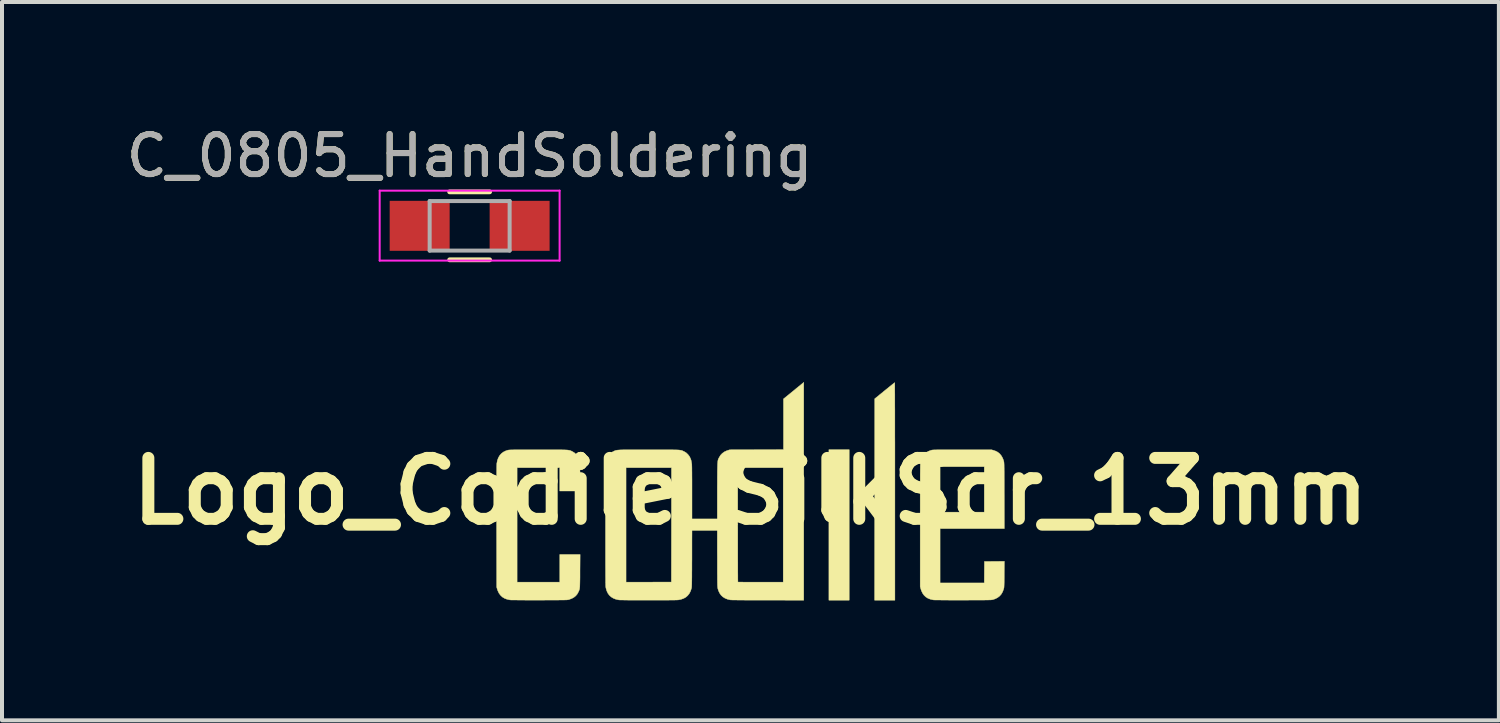
<source format=kicad_pcb>
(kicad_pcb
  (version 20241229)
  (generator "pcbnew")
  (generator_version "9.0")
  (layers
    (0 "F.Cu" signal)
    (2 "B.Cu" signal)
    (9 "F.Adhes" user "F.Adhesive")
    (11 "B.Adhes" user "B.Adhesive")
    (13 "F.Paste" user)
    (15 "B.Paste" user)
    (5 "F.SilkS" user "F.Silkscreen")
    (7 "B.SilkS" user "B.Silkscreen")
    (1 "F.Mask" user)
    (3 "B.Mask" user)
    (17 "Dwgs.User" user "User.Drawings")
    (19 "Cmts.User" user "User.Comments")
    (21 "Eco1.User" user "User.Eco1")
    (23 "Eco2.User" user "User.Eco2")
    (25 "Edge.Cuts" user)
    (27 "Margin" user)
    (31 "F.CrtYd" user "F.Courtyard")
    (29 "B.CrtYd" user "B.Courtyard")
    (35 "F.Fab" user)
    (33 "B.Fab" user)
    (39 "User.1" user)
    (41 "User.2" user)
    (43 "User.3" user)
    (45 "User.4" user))
  (footprint "C_0805_HandSoldering"
    (layer "F.Cu")
    (at 8.696 2.598)
    (property "Reference" "C_0805_HandSoldering" (at 0 -1.75 0) (layer "F.SilkS") (effects (font (size 1 1) (thickness 0.15))))
    (attr smd)
    (fp_line (start -0.5 0.85) (end 0.5 0.85) (stroke (width 0.12) (type solid)) (layer "F.SilkS"))
    (fp_line (start 0.5 -0.85) (end -0.5 -0.85) (stroke (width 0.12) (type solid)) (layer "F.SilkS"))
    (fp_line (start -2.25 -0.88) (end -2.25 0.87) (stroke (width 0.05) (type solid)) (layer "F.CrtYd"))
    (fp_line (start -2.25 -0.88) (end 2.25 -0.88) (stroke (width 0.05) (type solid)) (layer "F.CrtYd"))
    (fp_line (start 2.25 0.87) (end -2.25 0.87) (stroke (width 0.05) (type solid)) (layer "F.CrtYd"))
    (fp_line (start 2.25 0.87) (end 2.25 -0.88) (stroke (width 0.05) (type solid)) (layer "F.CrtYd"))
    (fp_line (start -1 -0.62) (end 1 -0.62) (stroke (width 0.1) (type solid)) (layer "F.Fab"))
    (fp_line (start -1 0.62) (end -1 -0.62) (stroke (width 0.1) (type solid)) (layer "F.Fab"))
    (fp_line (start 1 -0.62) (end 1 0.62) (stroke (width 0.1) (type solid)) (layer "F.Fab"))
    (fp_line (start 1 0.62) (end -1 0.62) (stroke (width 0.1) (type solid)) (layer "F.Fab"))
    (fp_text user "${REFERENCE}" (at 0 -1.75 0) (layer "F.Fab") (effects (font (size 1 1) (thickness 0.15))))
    (pad "1" smd rect (at -1.25 0) (size 1.5 1.25) (layers "F.Cu" "F.Mask" "F.Paste"))
    (pad "2" smd rect (at 1.25 0) (size 1.5 1.25) (layers "F.Cu" "F.Mask" "F.Paste")))
  (footprint "Logo_Codile_SilkScr_13mm"
    (layer "F.Cu")
    (at 15.719 9.237)
    (property "Reference" "Logo_Codile_SilkScr_13mm" (at 0 0 0) (layer "F.SilkS") (effects (font (size 1.524 1.524) (thickness 0.3))))
    (attr through_hole)
    (fp_poly (pts (xy 2.47 2.724) (xy 1.962 2.724) (xy 1.962 -1.041) (xy 2.47 -1.041) (xy 2.47 2.724)) (stroke (width 0.01) (type solid)) (fill yes) (layer "F.SilkS"))
    (fp_poly (pts (xy 3.609 -2.711) (xy 3.609 -2.693) (xy 3.609 -2.662) (xy 3.61 -2.621) (xy 3.61 -2.568) (xy 3.61 -2.504) (xy 3.611 -2.43) (xy 3.611 -2.346) (xy 3.611 -2.253) (xy 3.611 -2.151) (xy 3.612 -2.041) (xy 3.612 -1.922) (xy 3.612 -1.795) (xy 3.612 -1.661) (xy 3.612 -1.52) (xy 3.612 -1.373) (xy 3.613 -1.219) (xy 3.613 -1.06) (xy 3.613 -0.895) (xy 3.613 -0.725) (xy 3.613 -0.551) (xy 3.613 -0.373) (xy 3.613 -0.191) (xy 3.613 -0.006) (xy 3.613 0.003) (xy 3.613 2.724) (xy 3.105 2.724) (xy 3.107 0.205) (xy 3.108 -2.314) (xy 3.356 -2.516) (xy 3.404 -2.555) (xy 3.45 -2.592) (xy 3.492 -2.626) (xy 3.528 -2.655) (xy 3.559 -2.68) (xy 3.584 -2.699) (xy 3.6 -2.712) (xy 3.608 -2.718) (xy 3.608 -2.718) (xy 3.609 -2.711)) (stroke (width 0.01) (type solid)) (fill yes) (layer "F.SilkS"))
    (fp_poly (pts (xy 1.333 2.724) (xy 0.437 2.723) (xy 0.33 2.723) (xy 0.227 2.723) (xy 0.127 2.723) (xy 0.032 2.722) (xy -0.057 2.722) (xy -0.141 2.722) (xy -0.218 2.721) (xy -0.287 2.721) (xy -0.347 2.72) (xy -0.399 2.719) (xy -0.441 2.719) (xy -0.472 2.718) (xy -0.492 2.718) (xy -0.498 2.717) (xy -0.571 2.701) (xy -0.634 2.676) (xy -0.689 2.642) (xy -0.735 2.599) (xy -0.772 2.546) (xy -0.801 2.484) (xy -0.817 2.429) (xy -0.818 2.423) (xy -0.819 2.417) (xy -0.82 2.409) (xy -0.821 2.4) (xy -0.822 2.388) (xy -0.823 2.374) (xy -0.824 2.357) (xy -0.825 2.336) (xy -0.825 2.311) (xy -0.826 2.282) (xy -0.826 2.247) (xy -0.827 2.207) (xy -0.827 2.161) (xy -0.827 2.109) (xy -0.828 2.049) (xy -0.828 1.982) (xy -0.828 1.907) (xy -0.828 1.824) (xy -0.828 1.732) (xy -0.828 1.63) (xy -0.829 1.518) (xy -0.829 1.396) (xy -0.829 1.263) (xy -0.829 1.119) (xy -0.829 0.963) (xy -0.829 0.838) (xy -0.829 0.67) (xy -0.829 0.514) (xy -0.829 0.37) (xy -0.829 0.238) (xy -0.829 0.116) (xy -0.829 0.004) (xy -0.829 -0.098) (xy -0.828 -0.191) (xy -0.828 -0.274) (xy -0.828 -0.35) (xy -0.827 -0.417) (xy -0.827 -0.478) (xy -0.826 -0.531) (xy -0.825 -0.578) (xy -0.825 -0.591) (xy -0.318 -0.591) (xy -0.318 0.837) (xy -0.317 0.971) (xy -0.317 1.101) (xy -0.317 1.228) (xy -0.317 1.35) (xy -0.317 1.467) (xy -0.317 1.578) (xy -0.317 1.683) (xy -0.316 1.781) (xy -0.316 1.872) (xy -0.316 1.956) (xy -0.316 2.03) (xy -0.315 2.096) (xy -0.315 2.152) (xy -0.315 2.197) (xy -0.314 2.232) (xy -0.314 2.256) (xy -0.313 2.268) (xy -0.313 2.269) (xy -0.306 2.27) (xy -0.288 2.27) (xy -0.258 2.271) (xy -0.219 2.271) (xy -0.17 2.272) (xy -0.114 2.272) (xy -0.05 2.273) (xy 0.02 2.273) (xy 0.096 2.273) (xy 0.176 2.273) (xy 0.255 2.273) (xy 0.819 2.273) (xy 0.819 -0.591) (xy -0.318 -0.591) (xy -0.825 -0.591) (xy -0.824 -0.619) (xy -0.823 -0.654) (xy -0.822 -0.685) (xy -0.82 -0.711) (xy -0.818 -0.733) (xy -0.816 -0.752) (xy -0.814 -0.767) (xy -0.811 -0.78) (xy -0.808 -0.791) (xy -0.805 -0.801) (xy -0.802 -0.809) (xy -0.798 -0.817) (xy -0.794 -0.824) (xy -0.79 -0.832) (xy -0.785 -0.841) (xy -0.781 -0.848) (xy -0.748 -0.903) (xy -0.705 -0.948) (xy -0.653 -0.986) (xy -0.591 -1.015) (xy -0.565 -1.023) (xy -0.518 -1.038) (xy 0.154 -1.04) (xy 0.826 -1.042) (xy 0.826 -2.31) (xy 0.906 -2.375) (xy 0.932 -2.396) (xy 0.965 -2.423) (xy 1.003 -2.454) (xy 1.047 -2.49) (xy 1.092 -2.526) (xy 1.137 -2.564) (xy 1.16 -2.583) (xy 1.333 -2.724) (xy 1.333 2.724)) (stroke (width 0.01) (type solid)) (fill yes) (layer "F.SilkS"))
    (fp_poly (pts (xy -4.999 -1.038) (xy -4.918 -1.038) (xy -4.848 -1.038) (xy -4.786 -1.038) (xy -4.733 -1.037) (xy -4.687 -1.036) (xy -4.648 -1.035) (xy -4.615 -1.034) (xy -4.588 -1.032) (xy -4.564 -1.03) (xy -4.545 -1.027) (xy -4.529 -1.024) (xy -4.515 -1.021) (xy -4.503 -1.017) (xy -4.491 -1.012) (xy -4.48 -1.007) (xy -4.468 -1.001) (xy -4.454 -0.994) (xy -4.451 -0.993) (xy -4.399 -0.96) (xy -4.355 -0.919) (xy -4.318 -0.867) (xy -4.29 -0.806) (xy -4.279 -0.775) (xy -4.276 -0.764) (xy -4.273 -0.754) (xy -4.271 -0.743) (xy -4.269 -0.73) (xy -4.268 -0.715) (xy -4.267 -0.695) (xy -4.266 -0.67) (xy -4.265 -0.638) (xy -4.264 -0.6) (xy -4.264 -0.552) (xy -4.263 -0.495) (xy -4.263 -0.428) (xy -4.262 -0.367) (xy -4.26 -0.006) (xy -4.769 -0.006) (xy -4.769 -0.591) (xy -5.836 -0.591) (xy -5.836 2.273) (xy -4.769 2.273) (xy -4.769 1.581) (xy -4.26 1.581) (xy -4.263 1.995) (xy -4.263 2.081) (xy -4.263 2.155) (xy -4.264 2.218) (xy -4.265 2.272) (xy -4.266 2.317) (xy -4.267 2.355) (xy -4.268 2.386) (xy -4.271 2.412) (xy -4.273 2.433) (xy -4.277 2.451) (xy -4.281 2.466) (xy -4.286 2.481) (xy -4.292 2.495) (xy -4.299 2.509) (xy -4.306 2.524) (xy -4.334 2.574) (xy -4.37 2.616) (xy -4.413 2.651) (xy -4.465 2.68) (xy -4.527 2.704) (xy -4.537 2.707) (xy -4.544 2.709) (xy -4.551 2.711) (xy -4.559 2.713) (xy -4.568 2.714) (xy -4.579 2.715) (xy -4.594 2.717) (xy -4.612 2.717) (xy -4.634 2.718) (xy -4.662 2.719) (xy -4.695 2.72) (xy -4.736 2.72) (xy -4.783 2.72) (xy -4.839 2.721) (xy -4.904 2.721) (xy -4.978 2.721) (xy -5.063 2.721) (xy -5.158 2.722) (xy -5.266 2.722) (xy -5.28 2.722) (xy -5.374 2.722) (xy -5.465 2.722) (xy -5.552 2.722) (xy -5.634 2.722) (xy -5.711 2.721) (xy -5.781 2.721) (xy -5.843 2.72) (xy -5.898 2.72) (xy -5.943 2.719) (xy -5.979 2.719) (xy -6.003 2.718) (xy -6.016 2.717) (xy -6.016 2.717) (xy -6.089 2.701) (xy -6.152 2.677) (xy -6.207 2.643) (xy -6.253 2.599) (xy -6.291 2.547) (xy -6.32 2.485) (xy -6.333 2.446) (xy -6.347 2.397) (xy -6.349 0.876) (xy -6.349 0.694) (xy -6.349 0.524) (xy -6.349 0.367) (xy -6.349 0.221) (xy -6.349 0.087) (xy -6.349 -0.035) (xy -6.349 -0.146) (xy -6.349 -0.247) (xy -6.348 -0.336) (xy -6.348 -0.415) (xy -6.348 -0.484) (xy -6.347 -0.543) (xy -6.347 -0.592) (xy -6.346 -0.632) (xy -6.345 -0.663) (xy -6.344 -0.684) (xy -6.344 -0.697) (xy -6.343 -0.699) (xy -6.329 -0.773) (xy -6.305 -0.838) (xy -6.273 -0.894) (xy -6.231 -0.942) (xy -6.18 -0.981) (xy -6.12 -1.011) (xy -6.071 -1.027) (xy -6.064 -1.029) (xy -6.055 -1.03) (xy -6.046 -1.032) (xy -6.033 -1.033) (xy -6.017 -1.034) (xy -5.998 -1.035) (xy -5.973 -1.036) (xy -5.943 -1.036) (xy -5.907 -1.037) (xy -5.865 -1.037) (xy -5.814 -1.038) (xy -5.755 -1.038) (xy -5.688 -1.038) (xy -5.61 -1.038) (xy -5.522 -1.038) (xy -5.423 -1.038) (xy -5.311 -1.038) (xy -5.305 -1.038) (xy -5.191 -1.038) (xy -5.089 -1.038) (xy -4.999 -1.038)) (stroke (width 0.01) (type solid)) (fill yes) (layer "F.SilkS"))
    (fp_poly (pts (xy 6.08 -1.024) (xy 6.136 -1.004) (xy 6.182 -0.98) (xy 6.223 -0.948) (xy 6.241 -0.931) (xy 6.279 -0.883) (xy 6.309 -0.828) (xy 6.333 -0.764) (xy 6.333 -0.763) (xy 6.335 -0.756) (xy 6.337 -0.749) (xy 6.338 -0.741) (xy 6.34 -0.732) (xy 6.341 -0.721) (xy 6.342 -0.707) (xy 6.343 -0.691) (xy 6.344 -0.67) (xy 6.345 -0.644) (xy 6.345 -0.613) (xy 6.346 -0.576) (xy 6.346 -0.532) (xy 6.347 -0.48) (xy 6.347 -0.421) (xy 6.347 -0.352) (xy 6.348 -0.275) (xy 6.348 -0.187) (xy 6.348 -0.088) (xy 6.348 0.022) (xy 6.349 0.11) (xy 6.35 0.933) (xy 4.743 0.933) (xy 4.743 2.292) (xy 5.848 2.292) (xy 5.85 2.024) (xy 5.852 1.756) (xy 6.351 1.752) (xy 6.348 2.075) (xy 6.348 2.147) (xy 6.347 2.209) (xy 6.347 2.259) (xy 6.346 2.301) (xy 6.345 2.335) (xy 6.344 2.362) (xy 6.343 2.383) (xy 6.342 2.401) (xy 6.34 2.415) (xy 6.337 2.427) (xy 6.335 2.438) (xy 6.332 2.447) (xy 6.308 2.513) (xy 6.276 2.57) (xy 6.234 2.619) (xy 6.184 2.658) (xy 6.124 2.689) (xy 6.072 2.707) (xy 6.064 2.709) (xy 6.056 2.711) (xy 6.048 2.713) (xy 6.038 2.714) (xy 6.026 2.716) (xy 6.012 2.717) (xy 5.993 2.718) (xy 5.971 2.718) (xy 5.943 2.719) (xy 5.909 2.72) (xy 5.869 2.72) (xy 5.821 2.721) (xy 5.765 2.721) (xy 5.7 2.721) (xy 5.626 2.721) (xy 5.541 2.721) (xy 5.446 2.722) (xy 5.338 2.722) (xy 5.318 2.722) (xy 5.224 2.722) (xy 5.132 2.722) (xy 5.045 2.722) (xy 4.962 2.722) (xy 4.885 2.721) (xy 4.815 2.721) (xy 4.752 2.72) (xy 4.697 2.72) (xy 4.651 2.719) (xy 4.615 2.719) (xy 4.59 2.718) (xy 4.576 2.717) (xy 4.575 2.717) (xy 4.503 2.701) (xy 4.44 2.677) (xy 4.386 2.643) (xy 4.341 2.6) (xy 4.304 2.548) (xy 4.275 2.486) (xy 4.259 2.437) (xy 4.245 2.384) (xy 4.245 0.845) (xy 4.245 0.679) (xy 4.245 0.526) (xy 4.245 0.385) (xy 4.245 0.255) (xy 4.245 0.135) (xy 4.245 0.026) (xy 4.245 -0.073) (xy 4.245 -0.163) (xy 4.246 -0.244) (xy 4.246 -0.317) (xy 4.246 -0.382) (xy 4.246 -0.44) (xy 4.247 -0.491) (xy 4.247 -0.535) (xy 4.248 -0.574) (xy 4.248 -0.607) (xy 4.248 -0.616) (xy 4.743 -0.616) (xy 4.743 0.521) (xy 5.848 0.521) (xy 5.848 -0.616) (xy 4.743 -0.616) (xy 4.248 -0.616) (xy 4.249 -0.635) (xy 4.249 -0.659) (xy 4.25 -0.679) (xy 4.251 -0.695) (xy 4.252 -0.708) (xy 4.252 -0.719) (xy 4.253 -0.728) (xy 4.255 -0.736) (xy 4.256 -0.742) (xy 4.257 -0.746) (xy 4.278 -0.815) (xy 4.308 -0.875) (xy 4.347 -0.926) (xy 4.395 -0.968) (xy 4.452 -1.001) (xy 4.519 -1.026) (xy 4.521 -1.027) (xy 4.528 -1.028) (xy 4.536 -1.03) (xy 4.545 -1.031) (xy 4.556 -1.033) (xy 4.571 -1.034) (xy 4.589 -1.035) (xy 4.612 -1.035) (xy 4.639 -1.036) (xy 4.673 -1.037) (xy 4.713 -1.037) (xy 4.761 -1.037) (xy 4.816 -1.038) (xy 4.88 -1.038) (xy 4.954 -1.038) (xy 5.038 -1.038) (xy 5.133 -1.038) (xy 5.239 -1.038) (xy 5.296 -1.038) (xy 6.029 -1.038) (xy 6.08 -1.024)) (stroke (width 0.01) (type solid)) (fill yes) (layer "F.SilkS"))
    (fp_poly (pts (xy -2.232 -1.038) (xy -2.149 -1.038) (xy -2.076 -1.038) (xy -2.012 -1.038) (xy -1.957 -1.037) (xy -1.909 -1.036) (xy -1.868 -1.036) (xy -1.833 -1.034) (xy -1.804 -1.033) (xy -1.779 -1.031) (xy -1.759 -1.028) (xy -1.742 -1.026) (xy -1.727 -1.023) (xy -1.714 -1.019) (xy -1.703 -1.015) (xy -1.692 -1.01) (xy -1.68 -1.004) (xy -1.668 -0.998) (xy -1.658 -0.994) (xy -1.607 -0.963) (xy -1.563 -0.921) (xy -1.525 -0.872) (xy -1.497 -0.814) (xy -1.483 -0.771) (xy -1.478 -0.748) (xy -1.473 -0.718) (xy -1.468 -0.684) (xy -1.466 -0.664) (xy -1.466 -0.648) (xy -1.465 -0.621) (xy -1.464 -0.58) (xy -1.464 -0.528) (xy -1.463 -0.463) (xy -1.463 -0.386) (xy -1.462 -0.297) (xy -1.462 -0.196) (xy -1.462 -0.084) (xy -1.462 0.04) (xy -1.462 0.176) (xy -1.462 0.322) (xy -1.462 0.481) (xy -1.462 0.65) (xy -1.462 0.83) (xy -1.462 0.895) (xy -1.462 1.058) (xy -1.463 1.208) (xy -1.463 1.347) (xy -1.463 1.474) (xy -1.463 1.591) (xy -1.463 1.697) (xy -1.464 1.794) (xy -1.464 1.881) (xy -1.464 1.96) (xy -1.465 2.03) (xy -1.465 2.093) (xy -1.465 2.148) (xy -1.466 2.196) (xy -1.466 2.239) (xy -1.467 2.275) (xy -1.467 2.306) (xy -1.468 2.332) (xy -1.469 2.354) (xy -1.469 2.372) (xy -1.47 2.387) (xy -1.471 2.399) (xy -1.472 2.408) (xy -1.473 2.416) (xy -1.474 2.422) (xy -1.476 2.428) (xy -1.476 2.429) (xy -1.499 2.499) (xy -1.53 2.559) (xy -1.57 2.609) (xy -1.617 2.65) (xy -1.673 2.681) (xy -1.739 2.704) (xy -1.805 2.717) (xy -1.819 2.718) (xy -1.844 2.719) (xy -1.88 2.72) (xy -1.925 2.721) (xy -1.979 2.721) (xy -2.041 2.722) (xy -2.109 2.722) (xy -2.182 2.723) (xy -2.26 2.723) (xy -2.342 2.723) (xy -2.426 2.723) (xy -2.512 2.723) (xy -2.598 2.723) (xy -2.683 2.723) (xy -2.767 2.723) (xy -2.848 2.723) (xy -2.926 2.723) (xy -2.999 2.722) (xy -3.066 2.722) (xy -3.126 2.721) (xy -3.179 2.72) (xy -3.223 2.72) (xy -3.258 2.719) (xy -3.281 2.718) (xy -3.292 2.717) (xy -3.365 2.701) (xy -3.429 2.676) (xy -3.484 2.642) (xy -3.531 2.599) (xy -3.568 2.547) (xy -3.596 2.486) (xy -3.615 2.417) (xy -3.619 2.389) (xy -3.62 2.379) (xy -3.621 2.36) (xy -3.622 2.331) (xy -3.622 2.294) (xy -3.623 2.247) (xy -3.623 2.19) (xy -3.624 2.124) (xy -3.624 2.047) (xy -3.624 1.959) (xy -3.625 1.861) (xy -3.625 1.752) (xy -3.625 1.632) (xy -3.625 1.501) (xy -3.625 1.357) (xy -3.625 1.202) (xy -3.625 1.035) (xy -3.625 0.855) (xy -3.625 0.806) (xy -3.623 -0.591) (xy -3.111 -0.591) (xy -3.111 2.273) (xy -2.545 2.272) (xy -1.978 2.27) (xy -1.976 0.84) (xy -1.975 -0.591) (xy -3.111 -0.591) (xy -3.623 -0.591) (xy -3.623 -0.727) (xy -3.608 -0.775) (xy -3.582 -0.841) (xy -3.549 -0.897) (xy -3.508 -0.943) (xy -3.459 -0.98) (xy -3.434 -0.993) (xy -3.421 -1) (xy -3.409 -1.006) (xy -3.398 -1.011) (xy -3.387 -1.016) (xy -3.375 -1.02) (xy -3.362 -1.023) (xy -3.347 -1.026) (xy -3.329 -1.029) (xy -3.307 -1.031) (xy -3.281 -1.033) (xy -3.25 -1.035) (xy -3.214 -1.036) (xy -3.171 -1.037) (xy -3.12 -1.037) (xy -3.062 -1.038) (xy -2.995 -1.038) (xy -2.919 -1.038) (xy -2.833 -1.038) (xy -2.736 -1.038) (xy -2.628 -1.038) (xy -2.546 -1.038) (xy -2.43 -1.038) (xy -2.325 -1.038) (xy -2.232 -1.038)) (stroke (width 0.01) (type solid)) (fill yes) (layer "F.SilkS")))
  (gr_rect
    (start -3 -3)
    (end 34.438 14.966)
    (stroke (width 0.1) (type default))
    (fill no)
    (layer "Edge.Cuts")))
</source>
